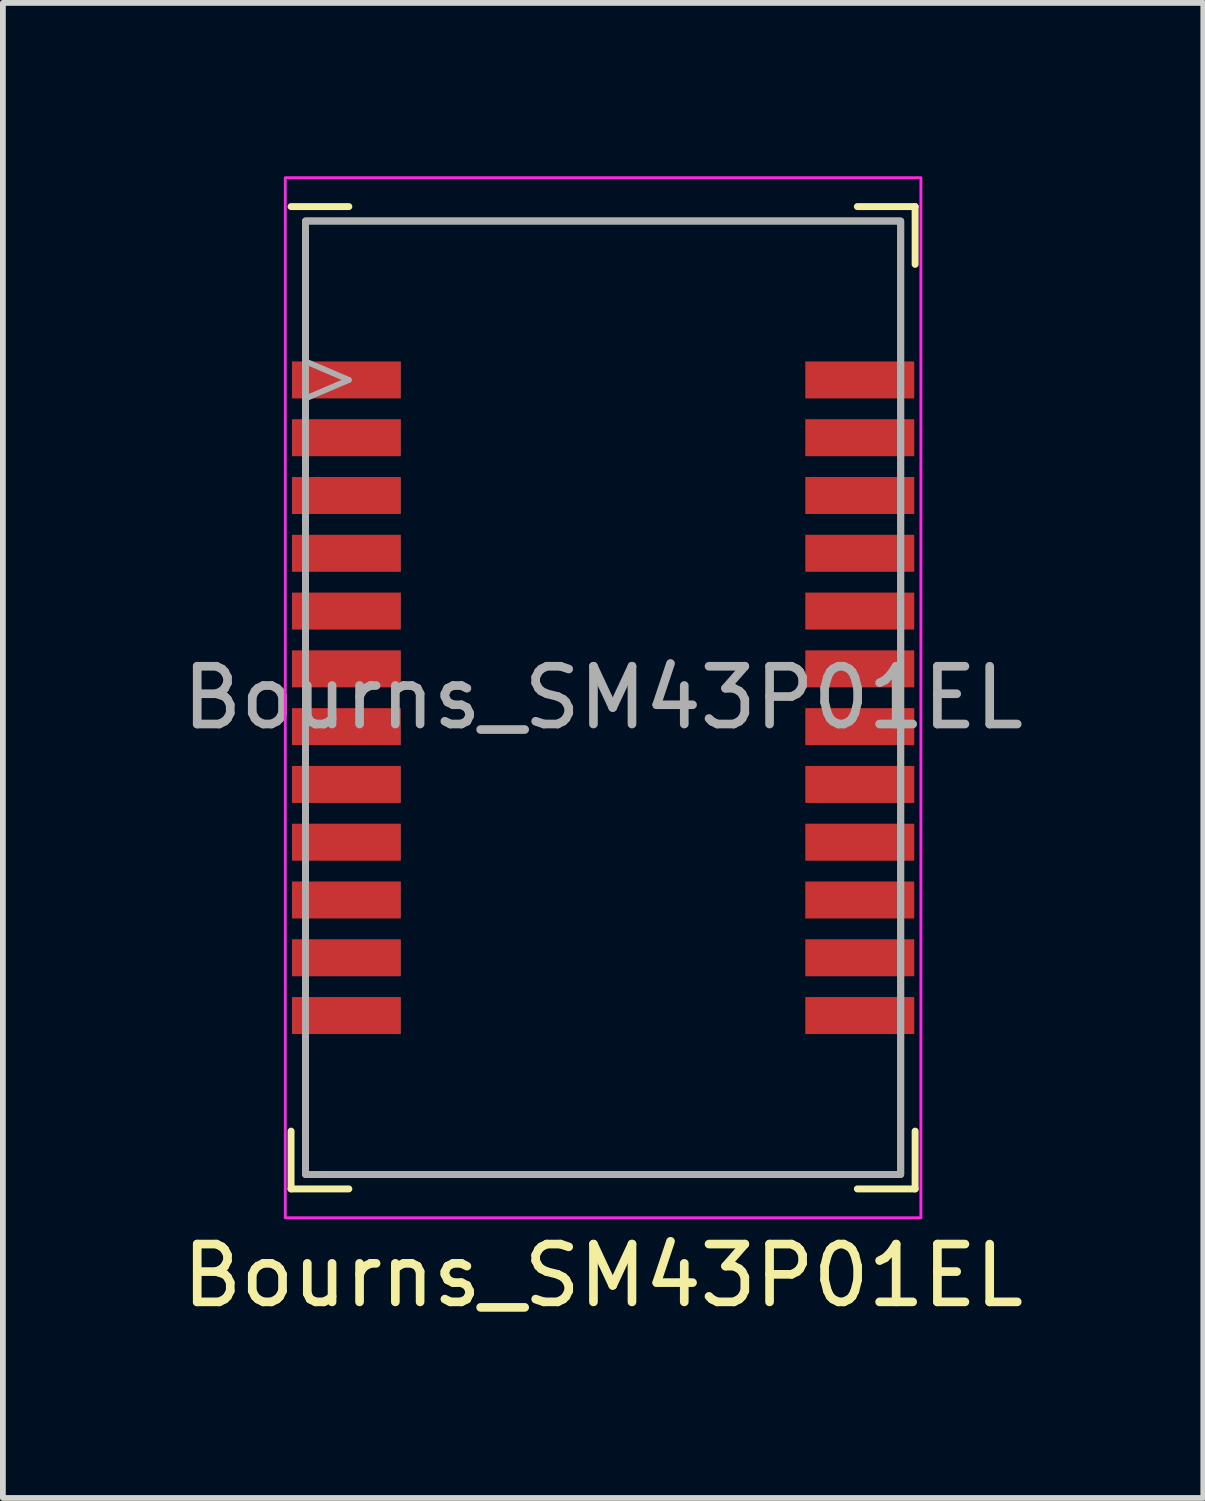
<source format=kicad_pcb>
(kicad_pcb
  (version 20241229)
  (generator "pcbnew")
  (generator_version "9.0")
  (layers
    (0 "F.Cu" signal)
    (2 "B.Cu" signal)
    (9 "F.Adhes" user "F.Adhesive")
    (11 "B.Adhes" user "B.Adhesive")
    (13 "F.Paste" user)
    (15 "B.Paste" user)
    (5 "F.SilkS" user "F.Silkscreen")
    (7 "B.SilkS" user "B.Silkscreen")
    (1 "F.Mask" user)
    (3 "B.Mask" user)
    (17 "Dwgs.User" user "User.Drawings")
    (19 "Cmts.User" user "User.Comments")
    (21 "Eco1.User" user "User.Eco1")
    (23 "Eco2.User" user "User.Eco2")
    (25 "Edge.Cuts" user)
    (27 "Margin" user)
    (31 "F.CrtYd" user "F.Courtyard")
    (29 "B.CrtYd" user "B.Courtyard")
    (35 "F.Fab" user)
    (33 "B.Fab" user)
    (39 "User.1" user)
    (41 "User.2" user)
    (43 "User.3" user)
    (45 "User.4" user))
  (footprint "Bourns_SM43P01EL"
    (layer "F.Cu")
    (at 7.387 9.025)
    (property "Reference" "Bourns_SM43P01EL" (at 0 10 0) (unlocked yes) (layer "F.SilkS") (effects (font (size 1 1) (thickness 0.15))))
    (attr smd)
    (fp_line (start -5.4 7.5) (end -5.4 8.5) (stroke (width 0.12) (type solid)) (layer "F.SilkS"))
    (fp_line (start -5.4 8.5) (end -4.4 8.5) (stroke (width 0.12) (type solid)) (layer "F.SilkS"))
    (fp_line (start -4.4 -8.5) (end -5.4 -8.5) (stroke (width 0.12) (type solid)) (layer "F.SilkS"))
    (fp_line (start 4.4 -8.5) (end 5.4 -8.5) (stroke (width 0.12) (type solid)) (layer "F.SilkS"))
    (fp_line (start 4.4 8.5) (end 5.4 8.5) (stroke (width 0.12) (type solid)) (layer "F.SilkS"))
    (fp_line (start 5.4 -8.5) (end 5.4 -7.5) (stroke (width 0.12) (type solid)) (layer "F.SilkS"))
    (fp_line (start 5.4 8.5) (end 5.4 7.5) (stroke (width 0.12) (type solid)) (layer "F.SilkS"))
    (fp_rect (start -5.5 9) (end 5.5 -9) (stroke (width 0.05) (type solid)) (fill no) (layer "F.CrtYd"))
    (fp_line (start -5.1 -5.8) (end -4.4 -5.5) (stroke (width 0.1) (type solid)) (layer "F.Fab"))
    (fp_line (start -4.4 -5.5) (end -5.1 -5.2) (stroke (width 0.1) (type solid)) (layer "F.Fab"))
    (fp_rect (start -5.15 8.25) (end 5.15 -8.25) (stroke (width 0.12) (type solid)) (fill no) (layer "F.Fab"))
    (fp_rect (start -5.15 8.25) (end 5.15 -8.25) (stroke (width 0.12) (type solid)) (fill no) (layer "F.Fab"))
    (fp_text user "${REFERENCE}" (at 0 0 0) (unlocked yes) (layer "F.Fab") (effects (font (size 1 1) (thickness 0.15))))
    (pad "1" smd rect (at -4.442 -5.5 90) (size 0.64 1.885) (layers "F.Cu" "F.Mask" "F.Paste"))
    (pad "2" smd rect (at -4.442 -4.5 90) (size 0.64 1.885) (layers "F.Cu" "F.Mask" "F.Paste"))
    (pad "3" smd rect (at -4.442 -3.5 90) (size 0.64 1.885) (layers "F.Cu" "F.Mask" "F.Paste"))
    (pad "4" smd rect (at -4.442 -2.5 90) (size 0.64 1.885) (layers "F.Cu" "F.Mask" "F.Paste"))
    (pad "5" smd rect (at -4.442 -1.5 90) (size 0.64 1.885) (layers "F.Cu" "F.Mask" "F.Paste"))
    (pad "6" smd rect (at -4.442 -0.5 90) (size 0.64 1.885) (layers "F.Cu" "F.Mask" "F.Paste"))
    (pad "7" smd rect (at -4.442 0.5 90) (size 0.64 1.885) (layers "F.Cu" "F.Mask" "F.Paste"))
    (pad "8" smd rect (at -4.442 1.5 90) (size 0.64 1.885) (layers "F.Cu" "F.Mask" "F.Paste"))
    (pad "9" smd rect (at -4.442 2.5 90) (size 0.64 1.885) (layers "F.Cu" "F.Mask" "F.Paste"))
    (pad "10" smd rect (at -4.442 3.5 90) (size 0.64 1.885) (layers "F.Cu" "F.Mask" "F.Paste"))
    (pad "11" smd rect (at -4.442 4.5 90) (size 0.64 1.885) (layers "F.Cu" "F.Mask" "F.Paste"))
    (pad "12" smd rect (at -4.442 5.5 90) (size 0.64 1.885) (layers "F.Cu" "F.Mask" "F.Paste"))
    (pad "13" smd rect (at 4.442 5.5 90) (size 0.64 1.885) (layers "F.Cu" "F.Mask" "F.Paste"))
    (pad "14" smd rect (at 4.442 4.5 90) (size 0.64 1.885) (layers "F.Cu" "F.Mask" "F.Paste"))
    (pad "15" smd rect (at 4.442 3.5 90) (size 0.64 1.885) (layers "F.Cu" "F.Mask" "F.Paste"))
    (pad "16" smd rect (at 4.442 2.5 90) (size 0.64 1.885) (layers "F.Cu" "F.Mask" "F.Paste"))
    (pad "17" smd rect (at 4.442 1.5 90) (size 0.64 1.885) (layers "F.Cu" "F.Mask" "F.Paste"))
    (pad "18" smd rect (at 4.442 0.5 90) (size 0.64 1.885) (layers "F.Cu" "F.Mask" "F.Paste"))
    (pad "19" smd rect (at 4.442 -0.5 90) (size 0.64 1.885) (layers "F.Cu" "F.Mask" "F.Paste"))
    (pad "20" smd rect (at 4.442 -1.5 90) (size 0.64 1.885) (layers "F.Cu" "F.Mask" "F.Paste"))
    (pad "21" smd rect (at 4.442 -2.5 90) (size 0.64 1.885) (layers "F.Cu" "F.Mask" "F.Paste"))
    (pad "22" smd rect (at 4.442 -3.5 90) (size 0.64 1.885) (layers "F.Cu" "F.Mask" "F.Paste"))
    (pad "23" smd rect (at 4.442 -4.5 90) (size 0.64 1.885) (layers "F.Cu" "F.Mask" "F.Paste"))
    (pad "24" smd rect (at 4.442 -5.5 90) (size 0.64 1.885) (layers "F.Cu" "F.Mask" "F.Paste"))
    (zone (net_name "") (layer "F.Cu") (hatch edge 0.508) (connect_pads) (min_thickness 0.254) (filled_areas_thickness no) (keepout (tracks not_allowed) (vias allowed) (pads not_allowed) (copperpour not_allowed) (footprints allowed)) (placement (enabled no)) (fill) (polygon (pts (xy 10.887 17.025) (xy 3.887 17.025) (xy 3.887 1.025) (xy 10.887 1.025)))))
  (gr_rect
    (start -3 -3)
    (end 17.774 22.873)
    (stroke (width 0.1) (type default))
    (fill no)
    (layer "Edge.Cuts")))
</source>
